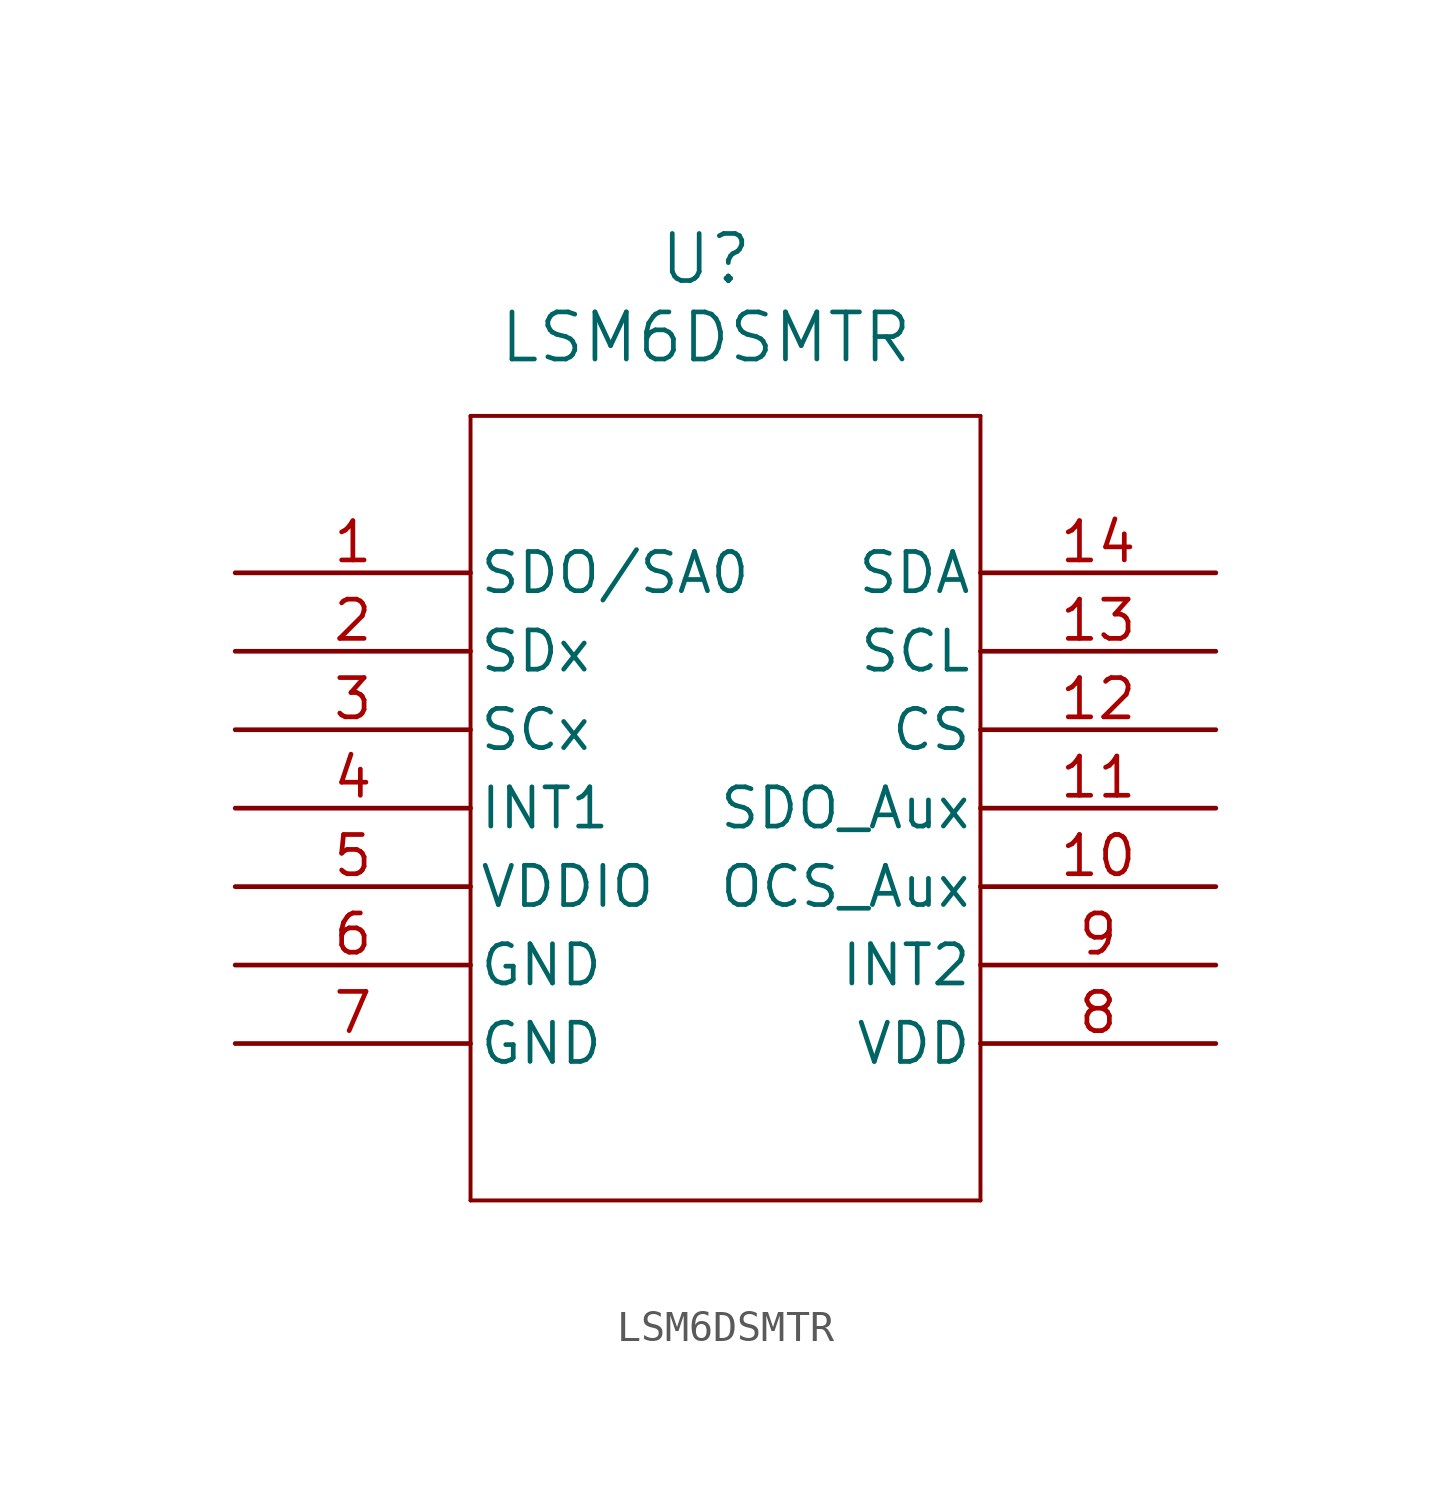
<source format=kicad_sym>
(kicad_symbol_lib
  (version 20220914)
  (generator kicad_symbol_editor)
  (symbol "LSM6DSMTR"
    (pin_names
      (offset 0.254))
    (property "Reference" "U"
      (at 0 17.78 0)
      (effects (font (size 1.524 1.524))))
    (property "Value" "LSM6DSMTR"
      (at 0 15.24 0)
      (effects (font (size 1.524 1.524))))
    (property "ki_locked" ""
      (at 0 0 0)
      (effects (font (size 1.27 1.27))))
    (symbol "LSM6DSMTR_0_1"
      (polyline (pts (xy -7.62 -12.7) (xy 8.89 -12.7)) (stroke (width 0.127) (type default)) (fill (type none)))
      (polyline (pts (xy -7.62 12.7) (xy -7.62 -12.7)) (stroke (width 0.127) (type default)) (fill (type none)))
      (polyline (pts (xy 8.89 -12.7) (xy 8.89 12.7)) (stroke (width 0.127) (type default)) (fill (type none)))
      (polyline (pts (xy 8.89 12.7) (xy -7.62 12.7)) (stroke (width 0.127) (type default)) (fill (type none)))
      (pin bidirectional line (at -15.24 7.62 0) (length 7.62) (name "SDO/SA0" (effects (font (size 1.27 1.27)))) (number "1" (effects (font (size 1.27 1.27)))))
      (pin unspecified line (at 16.51 -2.54 180) (length 7.62) (name "OCS_Aux" (effects (font (size 1.27 1.27)))) (number "10" (effects (font (size 1.27 1.27)))))
      (pin unspecified line (at 16.51 0 180) (length 7.62) (name "SDO_Aux" (effects (font (size 1.27 1.27)))) (number "11" (effects (font (size 1.27 1.27)))))
      (pin input line (at 16.51 2.54 180) (length 7.62) (name "CS" (effects (font (size 1.27 1.27)))) (number "12" (effects (font (size 1.27 1.27)))))
      (pin input line (at 16.51 5.08 180) (length 7.62) (name "SCL" (effects (font (size 1.27 1.27)))) (number "13" (effects (font (size 1.27 1.27)))))
      (pin bidirectional line (at 16.51 7.62 180) (length 7.62) (name "SDA" (effects (font (size 1.27 1.27)))) (number "14" (effects (font (size 1.27 1.27)))))
      (pin unspecified line (at -15.24 5.08 0) (length 7.62) (name "SDx" (effects (font (size 1.27 1.27)))) (number "2" (effects (font (size 1.27 1.27)))))
      (pin unspecified line (at -15.24 2.54 0) (length 7.62) (name "SCx" (effects (font (size 1.27 1.27)))) (number "3" (effects (font (size 1.27 1.27)))))
      (pin output line (at -15.24 0 0) (length 7.62) (name "INT1" (effects (font (size 1.27 1.27)))) (number "4" (effects (font (size 1.27 1.27)))))
      (pin power_in line (at -15.24 -2.54 0) (length 7.62) (name "VDDIO" (effects (font (size 1.27 1.27)))) (number "5" (effects (font (size 1.27 1.27)))))
      (pin power_out line (at -15.24 -5.08 0) (length 7.62) (name "GND" (effects (font (size 1.27 1.27)))) (number "6" (effects (font (size 1.27 1.27)))))
      (pin power_out line (at -15.24 -7.62 0) (length 7.62) (name "GND" (effects (font (size 1.27 1.27)))) (number "7" (effects (font (size 1.27 1.27)))))
      (pin power_in line (at 16.51 -7.62 180) (length 7.62) (name "VDD" (effects (font (size 1.27 1.27)))) (number "8" (effects (font (size 1.27 1.27)))))
      (pin output line (at 16.51 -5.08 180) (length 7.62) (name "INT2" (effects (font (size 1.27 1.27)))) (number "9" (effects (font (size 1.27 1.27))))))))
</source>
